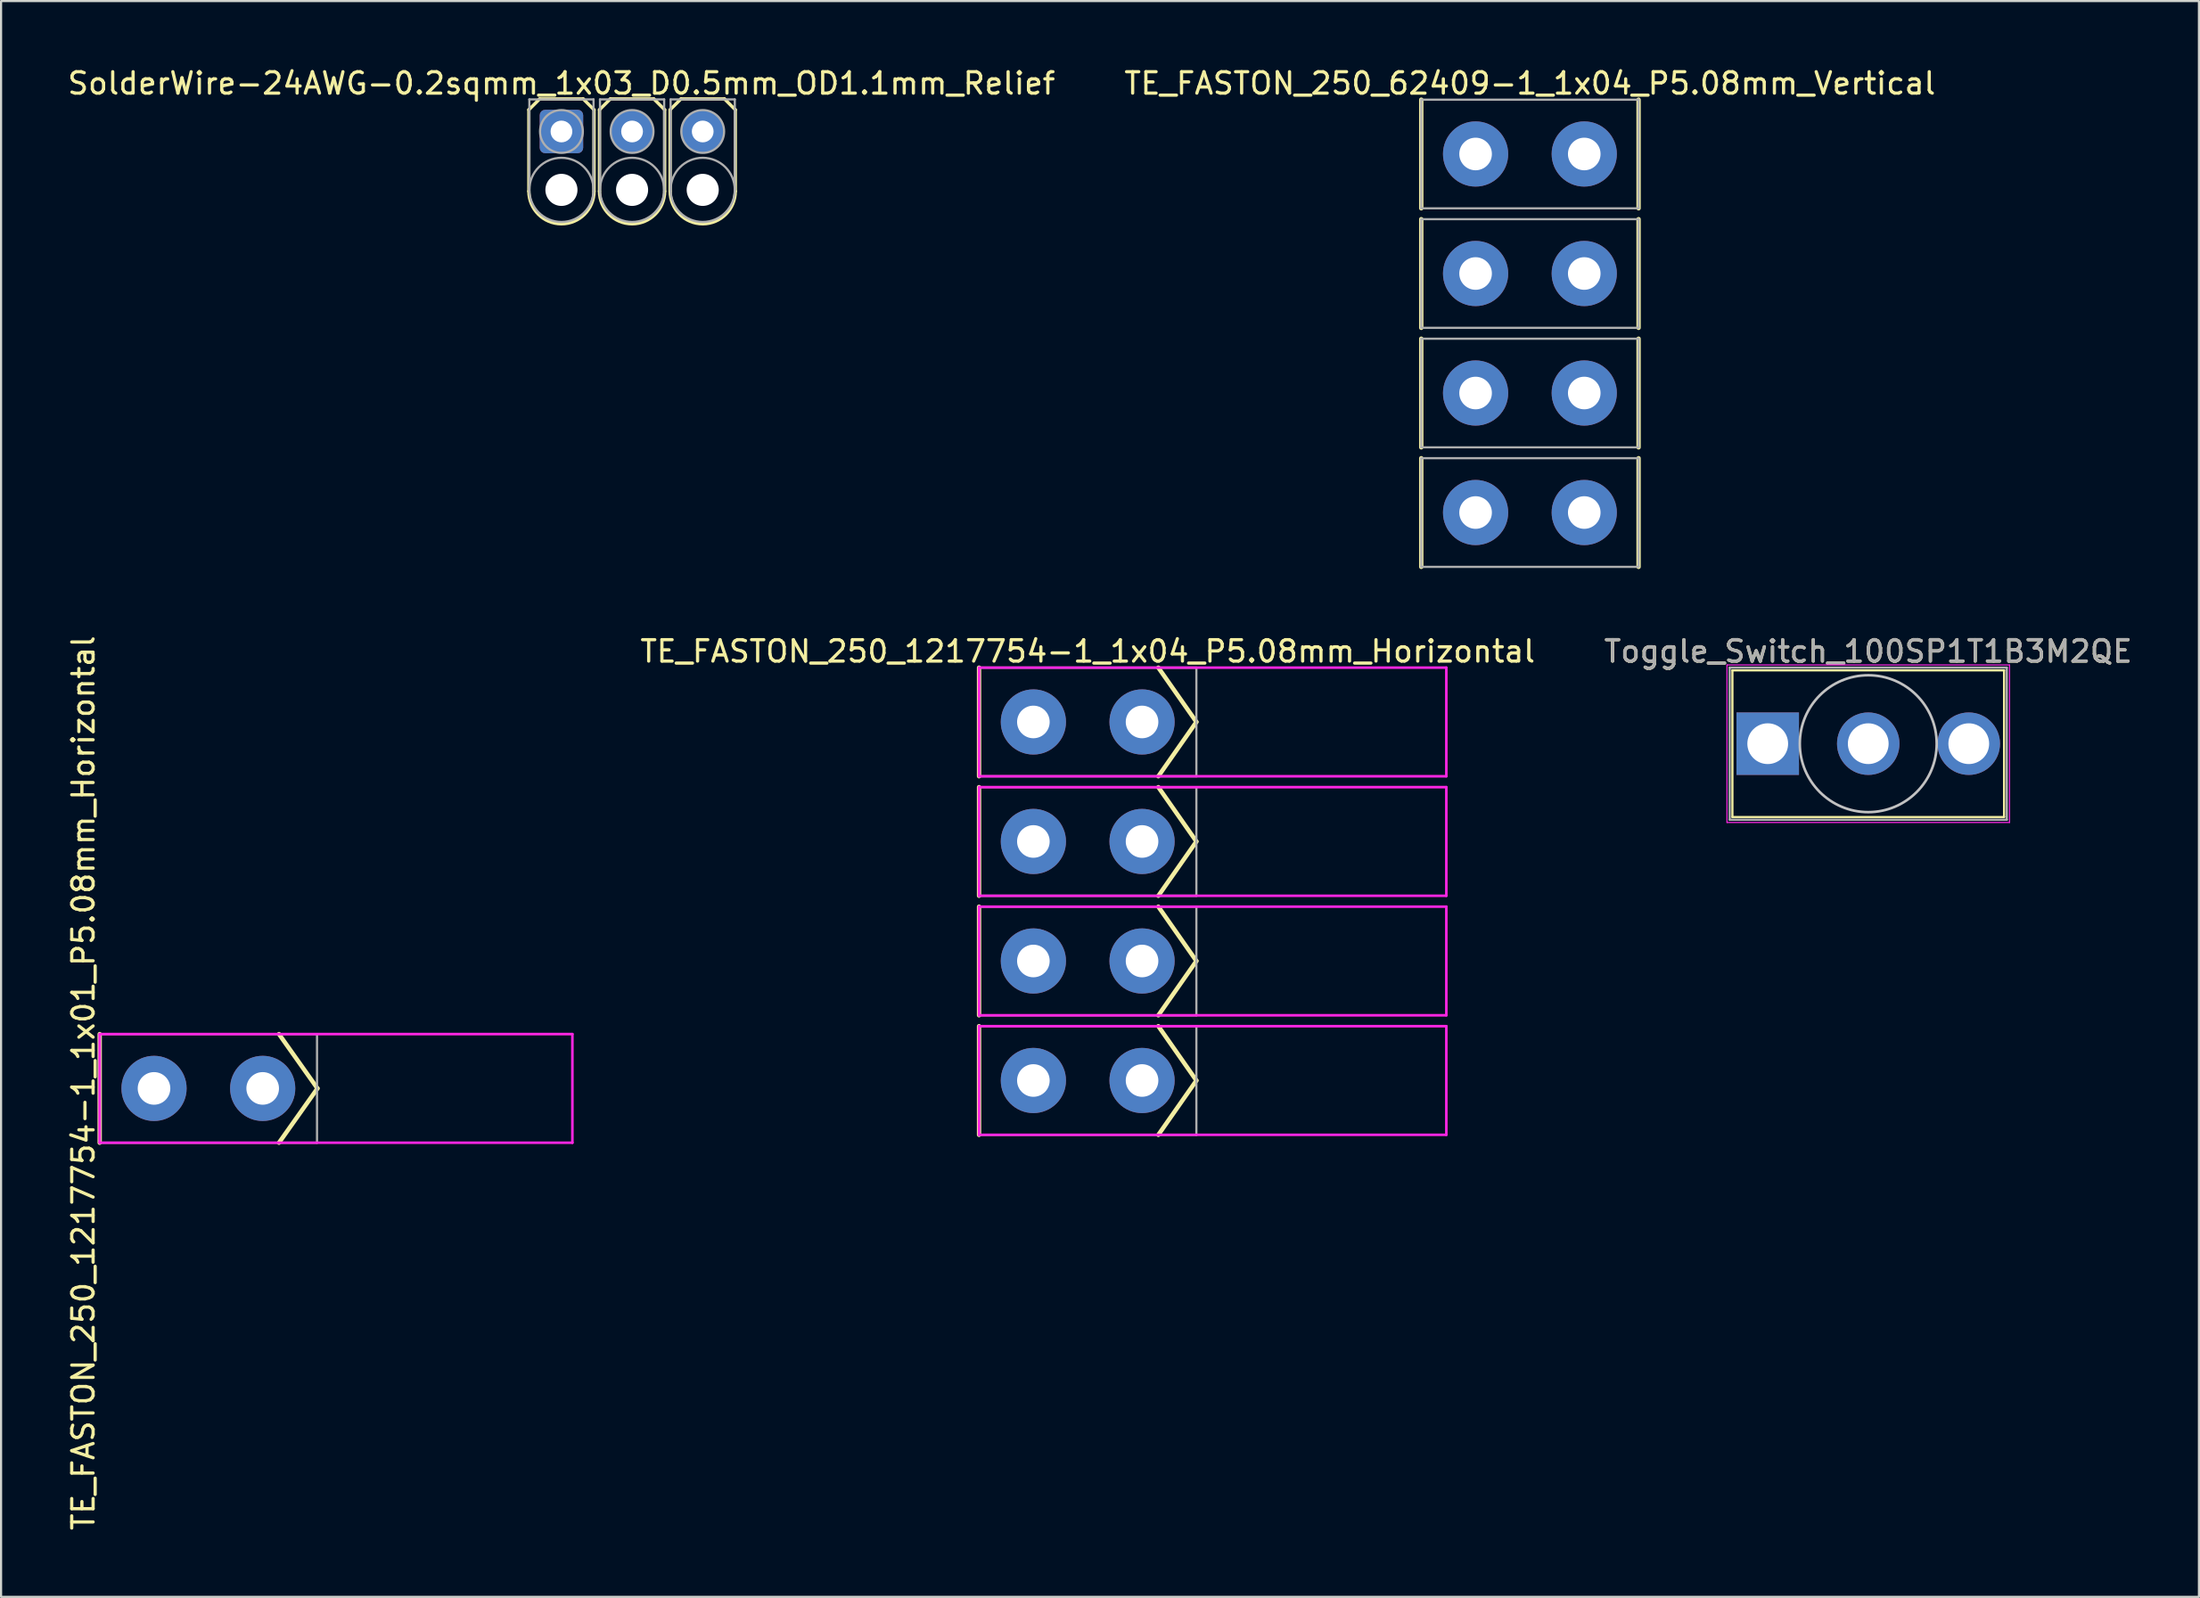
<source format=kicad_pcb>
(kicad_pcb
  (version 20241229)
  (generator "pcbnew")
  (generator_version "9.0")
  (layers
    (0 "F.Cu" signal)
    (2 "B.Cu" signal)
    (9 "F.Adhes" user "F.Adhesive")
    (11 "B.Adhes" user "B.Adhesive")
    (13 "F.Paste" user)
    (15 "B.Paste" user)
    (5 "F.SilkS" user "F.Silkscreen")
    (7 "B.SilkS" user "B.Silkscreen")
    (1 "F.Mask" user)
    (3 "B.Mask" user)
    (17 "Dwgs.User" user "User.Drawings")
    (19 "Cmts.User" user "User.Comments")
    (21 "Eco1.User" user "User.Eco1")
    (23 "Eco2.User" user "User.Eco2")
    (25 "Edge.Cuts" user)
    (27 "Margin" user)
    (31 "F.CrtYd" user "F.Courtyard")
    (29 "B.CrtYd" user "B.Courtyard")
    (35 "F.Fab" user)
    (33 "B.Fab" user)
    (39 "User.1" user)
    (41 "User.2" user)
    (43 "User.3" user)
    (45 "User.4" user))
  (footprint "TE_FASTON_250_1217754-1_1x04_P5.08mm_Horizontal"
    (layer "F.Cu")
    (at 47.798 39.088)
    (property "Reference" "TE_FASTON_250_1217754-1_1x04_P5.08mm_Horizontal" (at 0 -11.684 180) (layer "F.SilkS") (effects (font (size 1 1) (thickness 0.15))))
    (attr through_hole)
    (fp_line (start -5.08 -10.922) (end -5.08 -5.842) (stroke (width 0.203) (type solid)) (layer "F.SilkS"))
    (fp_line (start -5.08 -5.334) (end -5.08 -0.254) (stroke (width 0.203) (type solid)) (layer "F.SilkS"))
    (fp_line (start -5.08 0.254) (end -5.08 5.334) (stroke (width 0.203) (type solid)) (layer "F.SilkS"))
    (fp_line (start -5.08 5.842) (end -5.08 10.922) (stroke (width 0.203) (type solid)) (layer "F.SilkS"))
    (fp_line (start 3.302 -5.842) (end 5.08 -8.382) (stroke (width 0.203) (type solid)) (layer "F.SilkS"))
    (fp_line (start 3.302 -0.254) (end 5.08 -2.794) (stroke (width 0.203) (type solid)) (layer "F.SilkS"))
    (fp_line (start 3.302 5.334) (end 5.08 2.794) (stroke (width 0.203) (type solid)) (layer "F.SilkS"))
    (fp_line (start 5.08 -8.382) (end 3.302 -10.922) (stroke (width 0.203) (type solid)) (layer "F.SilkS"))
    (fp_line (start 5.08 -2.794) (end 3.302 -5.334) (stroke (width 0.203) (type solid)) (layer "F.SilkS"))
    (fp_line (start 5.08 2.794) (end 3.302 0.254) (stroke (width 0.203) (type solid)) (layer "F.SilkS"))
    (fp_line (start 5.08 8.382) (end 3.302 5.842) (stroke (width 0.203) (type solid)) (layer "F.SilkS"))
    (fp_line (start 5.08 8.382) (end 3.302 10.922) (stroke (width 0.203) (type solid)) (layer "F.SilkS"))
    (fp_line (start -5.08 -10.922) (end -5.08 -5.842) (stroke (width 0.12) (type solid)) (layer "F.CrtYd"))
    (fp_line (start -5.08 -10.922) (end 16.764 -10.922) (stroke (width 0.12) (type solid)) (layer "F.CrtYd"))
    (fp_line (start -5.08 -5.842) (end 16.764 -5.842) (stroke (width 0.12) (type solid)) (layer "F.CrtYd"))
    (fp_line (start -5.08 -5.334) (end -5.08 -0.254) (stroke (width 0.12) (type solid)) (layer "F.CrtYd"))
    (fp_line (start -5.08 -5.334) (end 16.764 -5.334) (stroke (width 0.12) (type solid)) (layer "F.CrtYd"))
    (fp_line (start -5.08 -0.254) (end 16.764 -0.254) (stroke (width 0.12) (type solid)) (layer "F.CrtYd"))
    (fp_line (start -5.08 0.254) (end -5.08 5.334) (stroke (width 0.12) (type solid)) (layer "F.CrtYd"))
    (fp_line (start -5.08 0.254) (end 16.764 0.254) (stroke (width 0.12) (type solid)) (layer "F.CrtYd"))
    (fp_line (start -5.08 5.334) (end 16.764 5.334) (stroke (width 0.12) (type solid)) (layer "F.CrtYd"))
    (fp_line (start -5.08 5.842) (end 16.764 5.842) (stroke (width 0.12) (type solid)) (layer "F.CrtYd"))
    (fp_line (start -5.08 10.922) (end -5.08 5.842) (stroke (width 0.12) (type solid)) (layer "F.CrtYd"))
    (fp_line (start 16.764 -10.922) (end 16.764 -5.842) (stroke (width 0.12) (type solid)) (layer "F.CrtYd"))
    (fp_line (start 16.764 -5.334) (end 16.764 -0.254) (stroke (width 0.12) (type solid)) (layer "F.CrtYd"))
    (fp_line (start 16.764 0.254) (end 16.764 5.334) (stroke (width 0.12) (type solid)) (layer "F.CrtYd"))
    (fp_line (start 16.764 5.842) (end 16.764 10.922) (stroke (width 0.12) (type solid)) (layer "F.CrtYd"))
    (fp_line (start 16.764 10.922) (end -5.08 10.922) (stroke (width 0.12) (type solid)) (layer "F.CrtYd"))
    (fp_line (start -5.08 -10.922) (end 5.08 -10.922) (stroke (width 0.102) (type solid)) (layer "F.Fab"))
    (fp_line (start -5.08 -5.842) (end -5.08 -10.922) (stroke (width 0.102) (type solid)) (layer "F.Fab"))
    (fp_line (start -5.08 -5.842) (end 5.08 -5.842) (stroke (width 0.102) (type solid)) (layer "F.Fab"))
    (fp_line (start -5.08 -5.334) (end 5.08 -5.334) (stroke (width 0.102) (type solid)) (layer "F.Fab"))
    (fp_line (start -5.08 -0.254) (end -5.08 -5.334) (stroke (width 0.102) (type solid)) (layer "F.Fab"))
    (fp_line (start -5.08 -0.254) (end 5.08 -0.254) (stroke (width 0.102) (type solid)) (layer "F.Fab"))
    (fp_line (start -5.08 0.254) (end 5.08 0.254) (stroke (width 0.102) (type solid)) (layer "F.Fab"))
    (fp_line (start -5.08 5.334) (end -5.08 0.254) (stroke (width 0.102) (type solid)) (layer "F.Fab"))
    (fp_line (start -5.08 5.334) (end 5.08 5.334) (stroke (width 0.102) (type solid)) (layer "F.Fab"))
    (fp_line (start -5.08 5.842) (end 5.08 5.842) (stroke (width 0.102) (type solid)) (layer "F.Fab"))
    (fp_line (start -5.08 10.922) (end -5.08 5.842) (stroke (width 0.102) (type solid)) (layer "F.Fab"))
    (fp_line (start -5.08 10.922) (end 5.08 10.922) (stroke (width 0.102) (type solid)) (layer "F.Fab"))
    (fp_line (start 5.08 -5.842) (end 5.08 -10.922) (stroke (width 0.102) (type solid)) (layer "F.Fab"))
    (fp_line (start 5.08 -0.254) (end 5.08 -5.334) (stroke (width 0.102) (type solid)) (layer "F.Fab"))
    (fp_line (start 5.08 5.334) (end 5.08 0.254) (stroke (width 0.102) (type solid)) (layer "F.Fab"))
    (fp_line (start 5.08 10.922) (end 5.08 5.842) (stroke (width 0.102) (type solid)) (layer "F.Fab"))
    (pad "1" thru_hole circle (at -2.54 8.382) (size 3.048 3.048) (drill 1.524) (layers "*.Cu" "*.Mask"))
    (pad "1" thru_hole circle (at 2.54 8.382) (size 3.048 3.048) (drill 1.524) (layers "*.Cu" "*.Mask"))
    (pad "2" thru_hole circle (at -2.54 2.794) (size 3.048 3.048) (drill 1.524) (layers "*.Cu" "*.Mask"))
    (pad "2" thru_hole circle (at 2.54 2.794) (size 3.048 3.048) (drill 1.524) (layers "*.Cu" "*.Mask"))
    (pad "3" thru_hole circle (at -2.54 -2.794) (size 3.048 3.048) (drill 1.524) (layers "*.Cu" "*.Mask"))
    (pad "3" thru_hole circle (at 2.54 -2.794) (size 3.048 3.048) (drill 1.524) (layers "*.Cu" "*.Mask"))
    (pad "4" thru_hole circle (at -2.54 -8.382) (size 3.048 3.048) (drill 1.524) (layers "*.Cu" "*.Mask"))
    (pad "4" thru_hole circle (at 2.54 -8.382) (size 3.048 3.048) (drill 1.524) (layers "*.Cu" "*.Mask")))
  (footprint "Toggle_Switch_100SP1T1B3M2QE"
    (layer "F.Cu")
    (at 84.286 31.722)
    (property "Reference" "Toggle_Switch_100SP1T1B3M2QE" (at 0 -4.318 0) (layer "F.SilkS") (effects (font (size 1 1) (thickness 0.15))))
    (attr through_hole)
    (fp_line (start -6.35 -3.429) (end -6.35 3.429) (stroke (width 0.102) (type solid)) (layer "F.SilkS"))
    (fp_line (start -6.35 -3.429) (end 6.35 -3.429) (stroke (width 0.102) (type solid)) (layer "F.SilkS"))
    (fp_line (start -6.35 3.429) (end 6.35 3.429) (stroke (width 0.102) (type solid)) (layer "F.SilkS"))
    (fp_line (start 6.35 3.429) (end 6.35 -3.429) (stroke (width 0.102) (type solid)) (layer "F.SilkS"))
    (fp_circle (center 0 0) (end 0 3.2) (stroke (width 0.12) (type solid)) (fill no) (layer "Dwgs.User"))
    (fp_line (start -6.604 -3.683) (end 6.604 -3.683) (stroke (width 0.051) (type solid)) (layer "F.CrtYd"))
    (fp_line (start -6.604 3.683) (end -6.604 -3.683) (stroke (width 0.051) (type solid)) (layer "F.CrtYd"))
    (fp_line (start 6.604 -3.683) (end 6.604 3.683) (stroke (width 0.051) (type solid)) (layer "F.CrtYd"))
    (fp_line (start 6.604 3.683) (end -6.604 3.683) (stroke (width 0.051) (type solid)) (layer "F.CrtYd"))
    (fp_line (start -6.477 -3.556) (end 6.477 -3.556) (stroke (width 0.102) (type solid)) (layer "F.Fab"))
    (fp_line (start -6.477 3.556) (end -6.477 -3.556) (stroke (width 0.102) (type solid)) (layer "F.Fab"))
    (fp_line (start 6.477 -3.556) (end 6.477 3.556) (stroke (width 0.102) (type solid)) (layer "F.Fab"))
    (fp_line (start 6.477 3.556) (end -6.477 3.556) (stroke (width 0.102) (type solid)) (layer "F.Fab"))
    (fp_circle (center 0.001 0) (end 0.001 0.635) (stroke (width 0.1) (type solid)) (fill no) (layer "F.Fab"))
    (fp_text user "${REFERENCE}" (at 0.001 -4.318 0) (layer "F.Fab") (effects (font (size 1 1) (thickness 0.15))))
    (pad "1" thru_hole rect (at -4.699 0) (size 2.921 2.921) (drill 1.905) (layers "*.Cu" "*.Mask"))
    (pad "2" thru_hole circle (at 0 0) (size 2.921 2.921) (drill 1.905) (layers "*.Cu" "*.Mask"))
    (pad "3" thru_hole circle (at 4.699 0) (size 2.921 2.921) (drill 1.905) (layers "*.Cu" "*.Mask")))
  (footprint "TE_FASTON_250_1217754-1_1x01_P5.08mm_Horizontal"
    (layer "F.Cu")
    (at 6.69 47.84)
    (property "Reference" "TE_FASTON_250_1217754-1_1x01_P5.08mm_Horizontal" (at -5.842 -0.254 90) (layer "F.SilkS") (effects (font (size 1 1) (thickness 0.15))))
    (attr through_hole)
    (fp_line (start -5.08 -2.54) (end -5.08 2.54) (stroke (width 0.203) (type solid)) (layer "F.SilkS"))
    (fp_line (start 3.302 -2.54) (end 5.1 0) (stroke (width 0.203) (type solid)) (layer "F.SilkS"))
    (fp_line (start 5.1 0) (end 3.302 2.54) (stroke (width 0.203) (type solid)) (layer "F.SilkS"))
    (fp_line (start -5.08 -2.54) (end 17.018 -2.54) (stroke (width 0.12) (type solid)) (layer "F.CrtYd"))
    (fp_line (start -5.08 2.54) (end -5.08 -2.54) (stroke (width 0.12) (type solid)) (layer "F.CrtYd"))
    (fp_line (start 17.018 -2.54) (end 17.018 2.54) (stroke (width 0.12) (type solid)) (layer "F.CrtYd"))
    (fp_line (start 17.018 2.54) (end -5.08 2.54) (stroke (width 0.12) (type solid)) (layer "F.CrtYd"))
    (fp_line (start -5.08 -2.54) (end 5.08 -2.54) (stroke (width 0.102) (type solid)) (layer "F.Fab"))
    (fp_line (start -5.08 2.54) (end -5.08 -2.54) (stroke (width 0.102) (type solid)) (layer "F.Fab"))
    (fp_line (start -5.08 2.54) (end 5.08 2.54) (stroke (width 0.102) (type solid)) (layer "F.Fab"))
    (fp_line (start 5.08 2.54) (end 5.08 -2.54) (stroke (width 0.102) (type solid)) (layer "F.Fab"))
    (pad "" thru_hole circle (at -2.54 0) (size 3.048 3.048) (drill 1.524) (layers "*.Cu" "*.Mask"))
    (pad "" thru_hole circle (at 2.54 0) (size 3.048 3.048) (drill 1.524) (layers "*.Cu" "*.Mask")))
  (footprint "SolderWire-24AWG-0.2sqmm_1x03_D0.5mm_OD1.1mm_Relief"
    (layer "F.Cu")
    (at 23.196 3.098)
    (property "Reference" "SolderWire-24AWG-0.2sqmm_1x03_D0.5mm_OD1.1mm_Relief" (at 0 -2.25 0) (layer "F.SilkS") (effects (font (size 1 1) (thickness 0.15))))
    (attr exclude_from_pos_files exclude_from_bom)
    (fp_line (start -1.524 -1.016) (end -1.524 2.794) (stroke (width 0.152) (type solid)) (layer "F.SilkS"))
    (fp_line (start -1.016 -1.524) (end -1.524 -1.016) (stroke (width 0.152) (type solid)) (layer "F.SilkS"))
    (fp_line (start 1.016 -1.524) (end -1.016 -1.524) (stroke (width 0.152) (type solid)) (layer "F.SilkS"))
    (fp_line (start 1.524 -1.016) (end 1.016 -1.524) (stroke (width 0.152) (type solid)) (layer "F.SilkS"))
    (fp_line (start 1.524 2.794) (end 1.524 -1.016) (stroke (width 0.152) (type solid)) (layer "F.SilkS"))
    (fp_line (start 1.778 -1.016) (end 1.778 2.794) (stroke (width 0.152) (type solid)) (layer "F.SilkS"))
    (fp_line (start 2.286 -1.524) (end 1.778 -1.016) (stroke (width 0.152) (type solid)) (layer "F.SilkS"))
    (fp_line (start 4.318 -1.524) (end 2.286 -1.524) (stroke (width 0.152) (type solid)) (layer "F.SilkS"))
    (fp_line (start 4.826 -1.016) (end 4.318 -1.524) (stroke (width 0.152) (type solid)) (layer "F.SilkS"))
    (fp_line (start 4.826 2.794) (end 4.826 -1.016) (stroke (width 0.152) (type solid)) (layer "F.SilkS"))
    (fp_line (start 5.08 -1.016) (end 5.08 2.794) (stroke (width 0.152) (type solid)) (layer "F.SilkS"))
    (fp_line (start 5.588 -1.524) (end 5.08 -1.016) (stroke (width 0.152) (type solid)) (layer "F.SilkS"))
    (fp_line (start 7.62 -1.524) (end 5.588 -1.524) (stroke (width 0.152) (type solid)) (layer "F.SilkS"))
    (fp_line (start 8.128 -1.016) (end 7.62 -1.524) (stroke (width 0.152) (type solid)) (layer "F.SilkS"))
    (fp_line (start 8.128 2.794) (end 8.128 -1.016) (stroke (width 0.152) (type solid)) (layer "F.SilkS"))
    (fp_arc (start 1.524 2.794) (mid 0 4.318) (end -1.524 2.794) (stroke (width 0.1524) (type solid)) (layer "F.SilkS"))
    (fp_arc (start 4.826 2.794) (mid 3.302 4.318) (end 1.778 2.794) (stroke (width 0.1524) (type solid)) (layer "F.SilkS"))
    (fp_arc (start 8.128 2.794) (mid 6.604 4.318) (end 5.08 2.794) (stroke (width 0.1524) (type solid)) (layer "F.SilkS"))
    (fp_line (start -1.5 -1.5) (end -1.5 2.73) (stroke (width 0.102) (type solid)) (layer "F.Fab"))
    (fp_line (start -1.5 -1.5) (end 1.5 -1.5) (stroke (width 0.102) (type solid)) (layer "F.Fab"))
    (fp_line (start 1.5 -1.5) (end 1.5 2.73) (stroke (width 0.102) (type solid)) (layer "F.Fab"))
    (fp_line (start 1.802 -1.5) (end 1.802 2.73) (stroke (width 0.102) (type solid)) (layer "F.Fab"))
    (fp_line (start 1.802 -1.5) (end 4.802 -1.5) (stroke (width 0.102) (type solid)) (layer "F.Fab"))
    (fp_line (start 4.802 -1.5) (end 4.802 2.73) (stroke (width 0.102) (type solid)) (layer "F.Fab"))
    (fp_line (start 5.104 -1.5) (end 5.104 2.73) (stroke (width 0.102) (type solid)) (layer "F.Fab"))
    (fp_line (start 5.104 -1.5) (end 8.104 -1.5) (stroke (width 0.102) (type solid)) (layer "F.Fab"))
    (fp_line (start 8.104 -1.5) (end 8.104 2.73) (stroke (width 0.102) (type solid)) (layer "F.Fab"))
    (fp_circle (center 0 0) (end 1 0) (stroke (width 0.102) (type solid)) (fill no) (layer "F.Fab"))
    (fp_circle (center 0 2.73) (end 1.5 2.73) (stroke (width 0.102) (type solid)) (fill no) (layer "F.Fab"))
    (fp_circle (center 3.302 0) (end 4.302 0) (stroke (width 0.102) (type solid)) (fill no) (layer "F.Fab"))
    (fp_circle (center 3.302 2.73) (end 4.802 2.73) (stroke (width 0.102) (type solid)) (fill no) (layer "F.Fab"))
    (fp_circle (center 6.604 0) (end 7.604 0) (stroke (width 0.102) (type solid)) (fill no) (layer "F.Fab"))
    (fp_circle (center 6.604 2.73) (end 8.104 2.73) (stroke (width 0.102) (type solid)) (fill no) (layer "F.Fab"))
    (pad "" np_thru_hole circle (at 0 2.73) (size 1.5 1.5) (drill 1.5) (layers "*.Cu" "*.Mask"))
    (pad "" np_thru_hole circle (at 3.302 2.73) (size 1.5 1.5) (drill 1.5) (layers "*.Cu" "*.Mask"))
    (pad "" np_thru_hole circle (at 6.604 2.73) (size 1.5 1.5) (drill 1.5) (layers "*.Cu" "*.Mask"))
    (pad "1" thru_hole roundrect (at 0 0) (size 2.032 2.032) (drill 1.016) (layers "*.Cu" "*.Mask") (roundrect_rratio 0.125))
    (pad "2" thru_hole circle (at 3.302 0) (size 2.032 2.032) (drill 1.016) (layers "*.Cu" "*.Mask"))
    (pad "3" thru_hole circle (at 6.604 0) (size 2.032 2.032) (drill 1.016) (layers "*.Cu" "*.Mask")))
  (footprint "TE_FASTON_250_62409-1_1x04_P5.08mm_Vertical"
    (layer "F.Cu")
    (at 68.47 12.532)
    (property "Reference" "TE_FASTON_250_62409-1_1x04_P5.08mm_Vertical" (at 0 -11.684 180) (layer "F.SilkS") (effects (font (size 1 1) (thickness 0.15))))
    (attr through_hole)
    (fp_line (start -5.08 -10.922) (end -5.08 -5.842) (stroke (width 0.203) (type solid)) (layer "F.SilkS"))
    (fp_line (start -5.08 -5.334) (end -5.08 -0.254) (stroke (width 0.203) (type solid)) (layer "F.SilkS"))
    (fp_line (start -5.08 0.254) (end -5.08 5.334) (stroke (width 0.203) (type solid)) (layer "F.SilkS"))
    (fp_line (start -5.08 5.842) (end -5.08 10.922) (stroke (width 0.203) (type solid)) (layer "F.SilkS"))
    (fp_line (start 5.08 -10.922) (end 5.08 -5.842) (stroke (width 0.203) (type solid)) (layer "F.SilkS"))
    (fp_line (start 5.08 -5.334) (end 5.08 -0.254) (stroke (width 0.203) (type solid)) (layer "F.SilkS"))
    (fp_line (start 5.08 0.254) (end 5.08 5.334) (stroke (width 0.203) (type solid)) (layer "F.SilkS"))
    (fp_line (start 5.08 5.842) (end 5.08 10.922) (stroke (width 0.203) (type solid)) (layer "F.SilkS"))
    (fp_line (start -5.08 -10.922) (end 5.08 -10.922) (stroke (width 0.102) (type solid)) (layer "F.Fab"))
    (fp_line (start -5.08 -5.842) (end -5.08 -10.922) (stroke (width 0.102) (type solid)) (layer "F.Fab"))
    (fp_line (start -5.08 -5.842) (end 5.08 -5.842) (stroke (width 0.102) (type solid)) (layer "F.Fab"))
    (fp_line (start -5.08 -5.334) (end 5.08 -5.334) (stroke (width 0.102) (type solid)) (layer "F.Fab"))
    (fp_line (start -5.08 -0.254) (end -5.08 -5.334) (stroke (width 0.102) (type solid)) (layer "F.Fab"))
    (fp_line (start -5.08 -0.254) (end 5.08 -0.254) (stroke (width 0.102) (type solid)) (layer "F.Fab"))
    (fp_line (start -5.08 0.254) (end 5.08 0.254) (stroke (width 0.102) (type solid)) (layer "F.Fab"))
    (fp_line (start -5.08 5.334) (end -5.08 0.254) (stroke (width 0.102) (type solid)) (layer "F.Fab"))
    (fp_line (start -5.08 5.334) (end 5.08 5.334) (stroke (width 0.102) (type solid)) (layer "F.Fab"))
    (fp_line (start -5.08 5.842) (end 5.08 5.842) (stroke (width 0.102) (type solid)) (layer "F.Fab"))
    (fp_line (start -5.08 10.922) (end -5.08 5.842) (stroke (width 0.102) (type solid)) (layer "F.Fab"))
    (fp_line (start -5.08 10.922) (end 5.08 10.922) (stroke (width 0.102) (type solid)) (layer "F.Fab"))
    (fp_line (start 5.08 -5.842) (end 5.08 -10.922) (stroke (width 0.102) (type solid)) (layer "F.Fab"))
    (fp_line (start 5.08 -0.254) (end 5.08 -5.334) (stroke (width 0.102) (type solid)) (layer "F.Fab"))
    (fp_line (start 5.08 5.334) (end 5.08 0.254) (stroke (width 0.102) (type solid)) (layer "F.Fab"))
    (fp_line (start 5.08 10.922) (end 5.08 5.842) (stroke (width 0.102) (type solid)) (layer "F.Fab"))
    (pad "1" thru_hole circle (at -2.54 8.382) (size 3.048 3.048) (drill 1.524) (layers "*.Cu" "*.Mask"))
    (pad "1" thru_hole circle (at 2.54 8.382) (size 3.048 3.048) (drill 1.524) (layers "*.Cu" "*.Mask"))
    (pad "2" thru_hole circle (at -2.54 2.794) (size 3.048 3.048) (drill 1.524) (layers "*.Cu" "*.Mask"))
    (pad "2" thru_hole circle (at 2.54 2.794) (size 3.048 3.048) (drill 1.524) (layers "*.Cu" "*.Mask"))
    (pad "3" thru_hole circle (at -2.54 -2.794) (size 3.048 3.048) (drill 1.524) (layers "*.Cu" "*.Mask"))
    (pad "3" thru_hole circle (at 2.54 -2.794) (size 3.048 3.048) (drill 1.524) (layers "*.Cu" "*.Mask"))
    (pad "4" thru_hole circle (at -2.54 -8.382) (size 3.048 3.048) (drill 1.524) (layers "*.Cu" "*.Mask"))
    (pad "4" thru_hole circle (at 2.54 -8.382) (size 3.048 3.048) (drill 1.524) (layers "*.Cu" "*.Mask")))
  (gr_rect
    (start -3 -3)
    (end 99.745 71.615)
    (stroke (width 0.1) (type default))
    (fill no)
    (layer "Edge.Cuts")))
</source>
